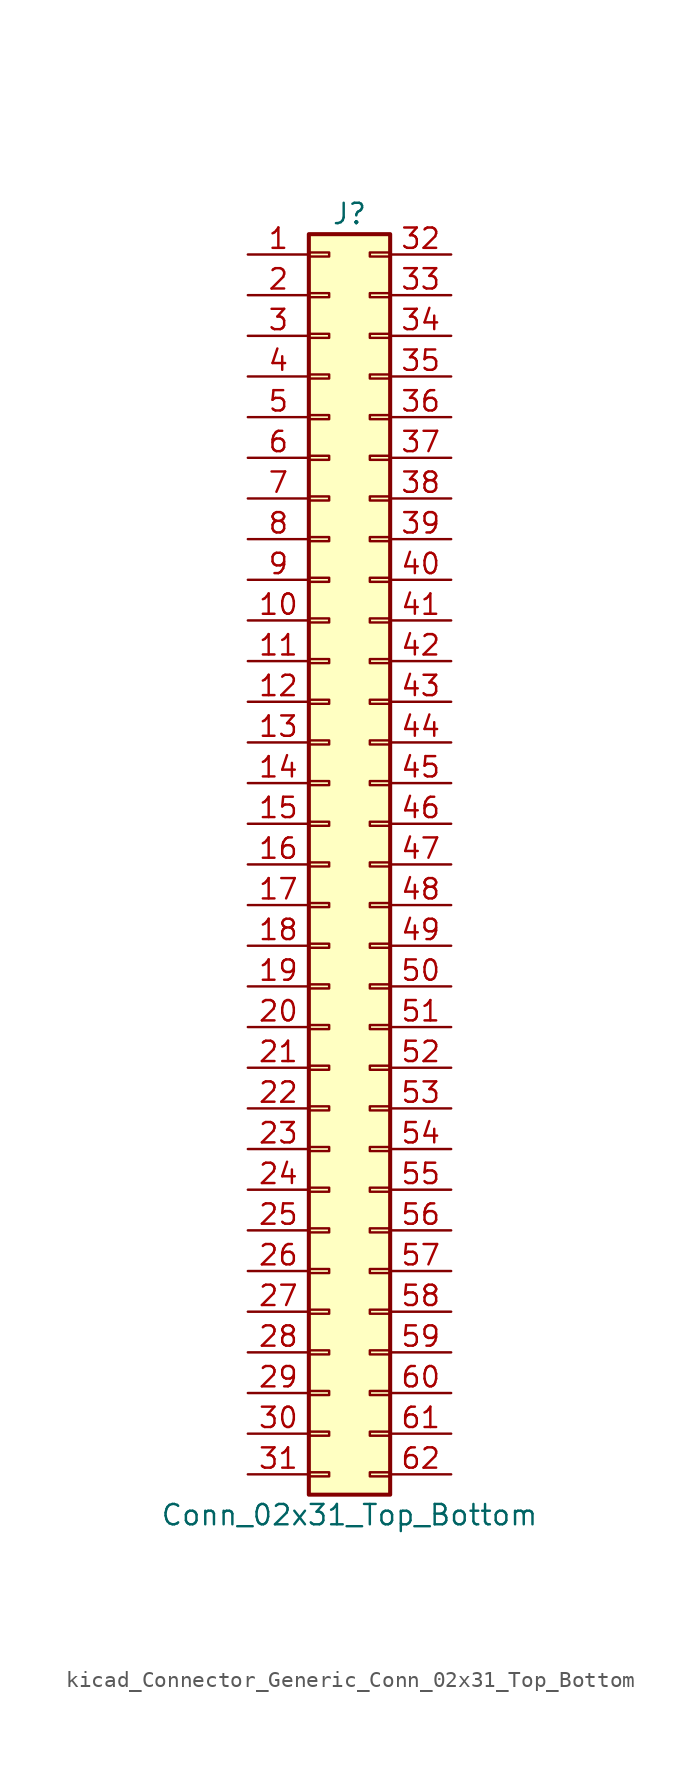
<source format=kicad_sym>
(kicad_symbol_lib
  (version 20220914)
  (generator kicad_symbol_editor)
  (symbol "kicad_Connector_Generic_Conn_02x31_Top_Bottom"
    (pin_names
      (offset 1.016) hide)
    (property "Reference" "J"
      (at 1.27 40.64 0)
      (effects (font (size 1.27 1.27))))
    (property "Value" "Conn_02x31_Top_Bottom"
      (at 1.27 -40.64 0)
      (effects (font (size 1.27 1.27))))
    (symbol "kicad_Connector_Generic_Conn_02x31_Top_Bottom_1_1"
      (rectangle (start -1.27 -37.973) (end 0 -38.227) (stroke (width 0.152) (type default)) (fill (type none)))
      (rectangle (start -1.27 -35.433) (end 0 -35.687) (stroke (width 0.152) (type default)) (fill (type none)))
      (rectangle (start -1.27 -32.893) (end 0 -33.147) (stroke (width 0.152) (type default)) (fill (type none)))
      (rectangle (start -1.27 -30.353) (end 0 -30.607) (stroke (width 0.152) (type default)) (fill (type none)))
      (rectangle (start -1.27 -27.813) (end 0 -28.067) (stroke (width 0.152) (type default)) (fill (type none)))
      (rectangle (start -1.27 -25.273) (end 0 -25.527) (stroke (width 0.152) (type default)) (fill (type none)))
      (rectangle (start -1.27 -22.733) (end 0 -22.987) (stroke (width 0.152) (type default)) (fill (type none)))
      (rectangle (start -1.27 -20.193) (end 0 -20.447) (stroke (width 0.152) (type default)) (fill (type none)))
      (rectangle (start -1.27 -17.653) (end 0 -17.907) (stroke (width 0.152) (type default)) (fill (type none)))
      (rectangle (start -1.27 -15.113) (end 0 -15.367) (stroke (width 0.152) (type default)) (fill (type none)))
      (rectangle (start -1.27 -12.573) (end 0 -12.827) (stroke (width 0.152) (type default)) (fill (type none)))
      (rectangle (start -1.27 -10.033) (end 0 -10.287) (stroke (width 0.152) (type default)) (fill (type none)))
      (rectangle (start -1.27 -7.493) (end 0 -7.747) (stroke (width 0.152) (type default)) (fill (type none)))
      (rectangle (start -1.27 -4.953) (end 0 -5.207) (stroke (width 0.152) (type default)) (fill (type none)))
      (rectangle (start -1.27 -2.413) (end 0 -2.667) (stroke (width 0.152) (type default)) (fill (type none)))
      (rectangle (start -1.27 0.127) (end 0 -0.127) (stroke (width 0.152) (type default)) (fill (type none)))
      (rectangle (start -1.27 2.667) (end 0 2.413) (stroke (width 0.152) (type default)) (fill (type none)))
      (rectangle (start -1.27 5.207) (end 0 4.953) (stroke (width 0.152) (type default)) (fill (type none)))
      (rectangle (start -1.27 7.747) (end 0 7.493) (stroke (width 0.152) (type default)) (fill (type none)))
      (rectangle (start -1.27 10.287) (end 0 10.033) (stroke (width 0.152) (type default)) (fill (type none)))
      (rectangle (start -1.27 12.827) (end 0 12.573) (stroke (width 0.152) (type default)) (fill (type none)))
      (rectangle (start -1.27 15.367) (end 0 15.113) (stroke (width 0.152) (type default)) (fill (type none)))
      (rectangle (start -1.27 17.907) (end 0 17.653) (stroke (width 0.152) (type default)) (fill (type none)))
      (rectangle (start -1.27 20.447) (end 0 20.193) (stroke (width 0.152) (type default)) (fill (type none)))
      (rectangle (start -1.27 22.987) (end 0 22.733) (stroke (width 0.152) (type default)) (fill (type none)))
      (rectangle (start -1.27 25.527) (end 0 25.273) (stroke (width 0.152) (type default)) (fill (type none)))
      (rectangle (start -1.27 28.067) (end 0 27.813) (stroke (width 0.152) (type default)) (fill (type none)))
      (rectangle (start -1.27 30.607) (end 0 30.353) (stroke (width 0.152) (type default)) (fill (type none)))
      (rectangle (start -1.27 33.147) (end 0 32.893) (stroke (width 0.152) (type default)) (fill (type none)))
      (rectangle (start -1.27 35.687) (end 0 35.433) (stroke (width 0.152) (type default)) (fill (type none)))
      (rectangle (start -1.27 38.227) (end 0 37.973) (stroke (width 0.152) (type default)) (fill (type none)))
      (rectangle (start -1.27 39.37) (end 3.81 -39.37) (stroke (width 0.254) (type default)) (fill (type background)))
      (rectangle (start 3.81 -37.973) (end 2.54 -38.227) (stroke (width 0.152) (type default)) (fill (type none)))
      (rectangle (start 3.81 -35.433) (end 2.54 -35.687) (stroke (width 0.152) (type default)) (fill (type none)))
      (rectangle (start 3.81 -32.893) (end 2.54 -33.147) (stroke (width 0.152) (type default)) (fill (type none)))
      (rectangle (start 3.81 -30.353) (end 2.54 -30.607) (stroke (width 0.152) (type default)) (fill (type none)))
      (rectangle (start 3.81 -27.813) (end 2.54 -28.067) (stroke (width 0.152) (type default)) (fill (type none)))
      (rectangle (start 3.81 -25.273) (end 2.54 -25.527) (stroke (width 0.152) (type default)) (fill (type none)))
      (rectangle (start 3.81 -22.733) (end 2.54 -22.987) (stroke (width 0.152) (type default)) (fill (type none)))
      (rectangle (start 3.81 -20.193) (end 2.54 -20.447) (stroke (width 0.152) (type default)) (fill (type none)))
      (rectangle (start 3.81 -17.653) (end 2.54 -17.907) (stroke (width 0.152) (type default)) (fill (type none)))
      (rectangle (start 3.81 -15.113) (end 2.54 -15.367) (stroke (width 0.152) (type default)) (fill (type none)))
      (rectangle (start 3.81 -12.573) (end 2.54 -12.827) (stroke (width 0.152) (type default)) (fill (type none)))
      (rectangle (start 3.81 -10.033) (end 2.54 -10.287) (stroke (width 0.152) (type default)) (fill (type none)))
      (rectangle (start 3.81 -7.493) (end 2.54 -7.747) (stroke (width 0.152) (type default)) (fill (type none)))
      (rectangle (start 3.81 -4.953) (end 2.54 -5.207) (stroke (width 0.152) (type default)) (fill (type none)))
      (rectangle (start 3.81 -2.413) (end 2.54 -2.667) (stroke (width 0.152) (type default)) (fill (type none)))
      (rectangle (start 3.81 0.127) (end 2.54 -0.127) (stroke (width 0.152) (type default)) (fill (type none)))
      (rectangle (start 3.81 2.667) (end 2.54 2.413) (stroke (width 0.152) (type default)) (fill (type none)))
      (rectangle (start 3.81 5.207) (end 2.54 4.953) (stroke (width 0.152) (type default)) (fill (type none)))
      (rectangle (start 3.81 7.747) (end 2.54 7.493) (stroke (width 0.152) (type default)) (fill (type none)))
      (rectangle (start 3.81 10.287) (end 2.54 10.033) (stroke (width 0.152) (type default)) (fill (type none)))
      (rectangle (start 3.81 12.827) (end 2.54 12.573) (stroke (width 0.152) (type default)) (fill (type none)))
      (rectangle (start 3.81 15.367) (end 2.54 15.113) (stroke (width 0.152) (type default)) (fill (type none)))
      (rectangle (start 3.81 17.907) (end 2.54 17.653) (stroke (width 0.152) (type default)) (fill (type none)))
      (rectangle (start 3.81 20.447) (end 2.54 20.193) (stroke (width 0.152) (type default)) (fill (type none)))
      (rectangle (start 3.81 22.987) (end 2.54 22.733) (stroke (width 0.152) (type default)) (fill (type none)))
      (rectangle (start 3.81 25.527) (end 2.54 25.273) (stroke (width 0.152) (type default)) (fill (type none)))
      (rectangle (start 3.81 28.067) (end 2.54 27.813) (stroke (width 0.152) (type default)) (fill (type none)))
      (rectangle (start 3.81 30.607) (end 2.54 30.353) (stroke (width 0.152) (type default)) (fill (type none)))
      (rectangle (start 3.81 33.147) (end 2.54 32.893) (stroke (width 0.152) (type default)) (fill (type none)))
      (rectangle (start 3.81 35.687) (end 2.54 35.433) (stroke (width 0.152) (type default)) (fill (type none)))
      (rectangle (start 3.81 38.227) (end 2.54 37.973) (stroke (width 0.152) (type default)) (fill (type none)))
      (pin passive line (at -5.08 38.1 0) (length 3.81) (name "Pin_1" (effects (font (size 1.27 1.27)))) (number "1" (effects (font (size 1.27 1.27)))))
      (pin passive line (at -5.08 15.24 0) (length 3.81) (name "Pin_10" (effects (font (size 1.27 1.27)))) (number "10" (effects (font (size 1.27 1.27)))))
      (pin passive line (at -5.08 12.7 0) (length 3.81) (name "Pin_11" (effects (font (size 1.27 1.27)))) (number "11" (effects (font (size 1.27 1.27)))))
      (pin passive line (at -5.08 10.16 0) (length 3.81) (name "Pin_12" (effects (font (size 1.27 1.27)))) (number "12" (effects (font (size 1.27 1.27)))))
      (pin passive line (at -5.08 7.62 0) (length 3.81) (name "Pin_13" (effects (font (size 1.27 1.27)))) (number "13" (effects (font (size 1.27 1.27)))))
      (pin passive line (at -5.08 5.08 0) (length 3.81) (name "Pin_14" (effects (font (size 1.27 1.27)))) (number "14" (effects (font (size 1.27 1.27)))))
      (pin passive line (at -5.08 2.54 0) (length 3.81) (name "Pin_15" (effects (font (size 1.27 1.27)))) (number "15" (effects (font (size 1.27 1.27)))))
      (pin passive line (at -5.08 0 0) (length 3.81) (name "Pin_16" (effects (font (size 1.27 1.27)))) (number "16" (effects (font (size 1.27 1.27)))))
      (pin passive line (at -5.08 -2.54 0) (length 3.81) (name "Pin_17" (effects (font (size 1.27 1.27)))) (number "17" (effects (font (size 1.27 1.27)))))
      (pin passive line (at -5.08 -5.08 0) (length 3.81) (name "Pin_18" (effects (font (size 1.27 1.27)))) (number "18" (effects (font (size 1.27 1.27)))))
      (pin passive line (at -5.08 -7.62 0) (length 3.81) (name "Pin_19" (effects (font (size 1.27 1.27)))) (number "19" (effects (font (size 1.27 1.27)))))
      (pin passive line (at -5.08 35.56 0) (length 3.81) (name "Pin_2" (effects (font (size 1.27 1.27)))) (number "2" (effects (font (size 1.27 1.27)))))
      (pin passive line (at -5.08 -10.16 0) (length 3.81) (name "Pin_20" (effects (font (size 1.27 1.27)))) (number "20" (effects (font (size 1.27 1.27)))))
      (pin passive line (at -5.08 -12.7 0) (length 3.81) (name "Pin_21" (effects (font (size 1.27 1.27)))) (number "21" (effects (font (size 1.27 1.27)))))
      (pin passive line (at -5.08 -15.24 0) (length 3.81) (name "Pin_22" (effects (font (size 1.27 1.27)))) (number "22" (effects (font (size 1.27 1.27)))))
      (pin passive line (at -5.08 -17.78 0) (length 3.81) (name "Pin_23" (effects (font (size 1.27 1.27)))) (number "23" (effects (font (size 1.27 1.27)))))
      (pin passive line (at -5.08 -20.32 0) (length 3.81) (name "Pin_24" (effects (font (size 1.27 1.27)))) (number "24" (effects (font (size 1.27 1.27)))))
      (pin passive line (at -5.08 -22.86 0) (length 3.81) (name "Pin_25" (effects (font (size 1.27 1.27)))) (number "25" (effects (font (size 1.27 1.27)))))
      (pin passive line (at -5.08 -25.4 0) (length 3.81) (name "Pin_26" (effects (font (size 1.27 1.27)))) (number "26" (effects (font (size 1.27 1.27)))))
      (pin passive line (at -5.08 -27.94 0) (length 3.81) (name "Pin_27" (effects (font (size 1.27 1.27)))) (number "27" (effects (font (size 1.27 1.27)))))
      (pin passive line (at -5.08 -30.48 0) (length 3.81) (name "Pin_28" (effects (font (size 1.27 1.27)))) (number "28" (effects (font (size 1.27 1.27)))))
      (pin passive line (at -5.08 -33.02 0) (length 3.81) (name "Pin_29" (effects (font (size 1.27 1.27)))) (number "29" (effects (font (size 1.27 1.27)))))
      (pin passive line (at -5.08 33.02 0) (length 3.81) (name "Pin_3" (effects (font (size 1.27 1.27)))) (number "3" (effects (font (size 1.27 1.27)))))
      (pin passive line (at -5.08 -35.56 0) (length 3.81) (name "Pin_30" (effects (font (size 1.27 1.27)))) (number "30" (effects (font (size 1.27 1.27)))))
      (pin passive line (at -5.08 -38.1 0) (length 3.81) (name "Pin_31" (effects (font (size 1.27 1.27)))) (number "31" (effects (font (size 1.27 1.27)))))
      (pin passive line (at 7.62 38.1 180) (length 3.81) (name "Pin_32" (effects (font (size 1.27 1.27)))) (number "32" (effects (font (size 1.27 1.27)))))
      (pin passive line (at 7.62 35.56 180) (length 3.81) (name "Pin_33" (effects (font (size 1.27 1.27)))) (number "33" (effects (font (size 1.27 1.27)))))
      (pin passive line (at 7.62 33.02 180) (length 3.81) (name "Pin_34" (effects (font (size 1.27 1.27)))) (number "34" (effects (font (size 1.27 1.27)))))
      (pin passive line (at 7.62 30.48 180) (length 3.81) (name "Pin_35" (effects (font (size 1.27 1.27)))) (number "35" (effects (font (size 1.27 1.27)))))
      (pin passive line (at 7.62 27.94 180) (length 3.81) (name "Pin_36" (effects (font (size 1.27 1.27)))) (number "36" (effects (font (size 1.27 1.27)))))
      (pin passive line (at 7.62 25.4 180) (length 3.81) (name "Pin_37" (effects (font (size 1.27 1.27)))) (number "37" (effects (font (size 1.27 1.27)))))
      (pin passive line (at 7.62 22.86 180) (length 3.81) (name "Pin_38" (effects (font (size 1.27 1.27)))) (number "38" (effects (font (size 1.27 1.27)))))
      (pin passive line (at 7.62 20.32 180) (length 3.81) (name "Pin_39" (effects (font (size 1.27 1.27)))) (number "39" (effects (font (size 1.27 1.27)))))
      (pin passive line (at -5.08 30.48 0) (length 3.81) (name "Pin_4" (effects (font (size 1.27 1.27)))) (number "4" (effects (font (size 1.27 1.27)))))
      (pin passive line (at 7.62 17.78 180) (length 3.81) (name "Pin_40" (effects (font (size 1.27 1.27)))) (number "40" (effects (font (size 1.27 1.27)))))
      (pin passive line (at 7.62 15.24 180) (length 3.81) (name "Pin_41" (effects (font (size 1.27 1.27)))) (number "41" (effects (font (size 1.27 1.27)))))
      (pin passive line (at 7.62 12.7 180) (length 3.81) (name "Pin_42" (effects (font (size 1.27 1.27)))) (number "42" (effects (font (size 1.27 1.27)))))
      (pin passive line (at 7.62 10.16 180) (length 3.81) (name "Pin_43" (effects (font (size 1.27 1.27)))) (number "43" (effects (font (size 1.27 1.27)))))
      (pin passive line (at 7.62 7.62 180) (length 3.81) (name "Pin_44" (effects (font (size 1.27 1.27)))) (number "44" (effects (font (size 1.27 1.27)))))
      (pin passive line (at 7.62 5.08 180) (length 3.81) (name "Pin_45" (effects (font (size 1.27 1.27)))) (number "45" (effects (font (size 1.27 1.27)))))
      (pin passive line (at 7.62 2.54 180) (length 3.81) (name "Pin_46" (effects (font (size 1.27 1.27)))) (number "46" (effects (font (size 1.27 1.27)))))
      (pin passive line (at 7.62 0 180) (length 3.81) (name "Pin_47" (effects (font (size 1.27 1.27)))) (number "47" (effects (font (size 1.27 1.27)))))
      (pin passive line (at 7.62 -2.54 180) (length 3.81) (name "Pin_48" (effects (font (size 1.27 1.27)))) (number "48" (effects (font (size 1.27 1.27)))))
      (pin passive line (at 7.62 -5.08 180) (length 3.81) (name "Pin_49" (effects (font (size 1.27 1.27)))) (number "49" (effects (font (size 1.27 1.27)))))
      (pin passive line (at -5.08 27.94 0) (length 3.81) (name "Pin_5" (effects (font (size 1.27 1.27)))) (number "5" (effects (font (size 1.27 1.27)))))
      (pin passive line (at 7.62 -7.62 180) (length 3.81) (name "Pin_50" (effects (font (size 1.27 1.27)))) (number "50" (effects (font (size 1.27 1.27)))))
      (pin passive line (at 7.62 -10.16 180) (length 3.81) (name "Pin_51" (effects (font (size 1.27 1.27)))) (number "51" (effects (font (size 1.27 1.27)))))
      (pin passive line (at 7.62 -12.7 180) (length 3.81) (name "Pin_52" (effects (font (size 1.27 1.27)))) (number "52" (effects (font (size 1.27 1.27)))))
      (pin passive line (at 7.62 -15.24 180) (length 3.81) (name "Pin_53" (effects (font (size 1.27 1.27)))) (number "53" (effects (font (size 1.27 1.27)))))
      (pin passive line (at 7.62 -17.78 180) (length 3.81) (name "Pin_54" (effects (font (size 1.27 1.27)))) (number "54" (effects (font (size 1.27 1.27)))))
      (pin passive line (at 7.62 -20.32 180) (length 3.81) (name "Pin_55" (effects (font (size 1.27 1.27)))) (number "55" (effects (font (size 1.27 1.27)))))
      (pin passive line (at 7.62 -22.86 180) (length 3.81) (name "Pin_56" (effects (font (size 1.27 1.27)))) (number "56" (effects (font (size 1.27 1.27)))))
      (pin passive line (at 7.62 -25.4 180) (length 3.81) (name "Pin_57" (effects (font (size 1.27 1.27)))) (number "57" (effects (font (size 1.27 1.27)))))
      (pin passive line (at 7.62 -27.94 180) (length 3.81) (name "Pin_58" (effects (font (size 1.27 1.27)))) (number "58" (effects (font (size 1.27 1.27)))))
      (pin passive line (at 7.62 -30.48 180) (length 3.81) (name "Pin_59" (effects (font (size 1.27 1.27)))) (number "59" (effects (font (size 1.27 1.27)))))
      (pin passive line (at -5.08 25.4 0) (length 3.81) (name "Pin_6" (effects (font (size 1.27 1.27)))) (number "6" (effects (font (size 1.27 1.27)))))
      (pin passive line (at 7.62 -33.02 180) (length 3.81) (name "Pin_60" (effects (font (size 1.27 1.27)))) (number "60" (effects (font (size 1.27 1.27)))))
      (pin passive line (at 7.62 -35.56 180) (length 3.81) (name "Pin_61" (effects (font (size 1.27 1.27)))) (number "61" (effects (font (size 1.27 1.27)))))
      (pin passive line (at 7.62 -38.1 180) (length 3.81) (name "Pin_62" (effects (font (size 1.27 1.27)))) (number "62" (effects (font (size 1.27 1.27)))))
      (pin passive line (at -5.08 22.86 0) (length 3.81) (name "Pin_7" (effects (font (size 1.27 1.27)))) (number "7" (effects (font (size 1.27 1.27)))))
      (pin passive line (at -5.08 20.32 0) (length 3.81) (name "Pin_8" (effects (font (size 1.27 1.27)))) (number "8" (effects (font (size 1.27 1.27)))))
      (pin passive line (at -5.08 17.78 0) (length 3.81) (name "Pin_9" (effects (font (size 1.27 1.27)))) (number "9" (effects (font (size 1.27 1.27))))))))
</source>
